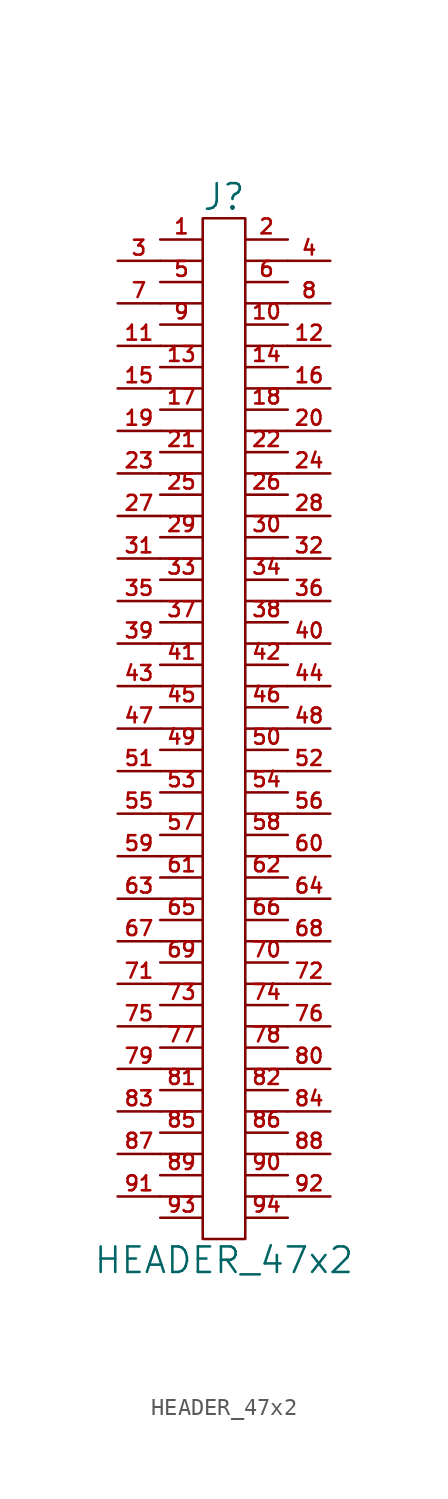
<source format=kicad_sym>
(kicad_symbol_lib
  (version 20220914)
  (generator kicad_symbol_editor)
  (symbol "HEADER_47x2"
    (pin_names
      (offset 0))
    (property "Reference" "J"
      (at 0 31.75 0)
      (effects (font (size 1.524 1.524))))
    (property "Value" "HEADER_47x2"
      (at 0 -31.75 0)
      (effects (font (size 1.524 1.524))))
    (property "Footprint" ""
      (at 0 5.08 0)
      (effects (font (size 1.524 1.524))))
    (property "Datasheet" ""
      (at 0 0 0)
      (effects (font (size 1.524 1.524))))
    (symbol "HEADER_47x2_0_1"
      (polyline (pts (xy -3.81 -27.94) (xy -1.27 -27.94)) (stroke (width 0) (type solid)) (fill (type none)))
      (polyline (pts (xy -3.81 -25.4) (xy -1.27 -25.4)) (stroke (width 0) (type solid)) (fill (type none)))
      (polyline (pts (xy -3.81 -22.86) (xy -1.27 -22.86)) (stroke (width 0) (type solid)) (fill (type none)))
      (polyline (pts (xy -3.81 -20.32) (xy -1.27 -20.32)) (stroke (width 0) (type solid)) (fill (type none)))
      (polyline (pts (xy -3.81 -17.78) (xy -1.27 -17.78)) (stroke (width 0) (type solid)) (fill (type none)))
      (polyline (pts (xy -3.81 -15.24) (xy -1.27 -15.24)) (stroke (width 0) (type solid)) (fill (type none)))
      (polyline (pts (xy -3.81 -12.7) (xy -1.27 -12.7)) (stroke (width 0) (type solid)) (fill (type none)))
      (polyline (pts (xy -3.81 -10.16) (xy -1.27 -10.16)) (stroke (width 0) (type solid)) (fill (type none)))
      (polyline (pts (xy -3.81 -7.62) (xy -1.27 -7.62)) (stroke (width 0) (type solid)) (fill (type none)))
      (polyline (pts (xy -3.81 -5.08) (xy -1.27 -5.08)) (stroke (width 0) (type solid)) (fill (type none)))
      (polyline (pts (xy -3.81 -2.54) (xy -1.27 -2.54)) (stroke (width 0) (type solid)) (fill (type none)))
      (polyline (pts (xy -3.81 0) (xy -1.27 0)) (stroke (width 0) (type solid)) (fill (type none)))
      (polyline (pts (xy -3.81 2.54) (xy -1.27 2.54)) (stroke (width 0) (type solid)) (fill (type none)))
      (polyline (pts (xy -3.81 5.08) (xy -1.27 5.08)) (stroke (width 0) (type solid)) (fill (type none)))
      (polyline (pts (xy -3.81 7.62) (xy -1.27 7.62)) (stroke (width 0) (type solid)) (fill (type none)))
      (polyline (pts (xy -3.81 10.16) (xy -1.27 10.16)) (stroke (width 0) (type solid)) (fill (type none)))
      (polyline (pts (xy -3.81 12.7) (xy -1.27 12.7)) (stroke (width 0) (type solid)) (fill (type none)))
      (polyline (pts (xy -3.81 15.24) (xy -1.27 15.24)) (stroke (width 0) (type solid)) (fill (type none)))
      (polyline (pts (xy -3.81 17.78) (xy -1.27 17.78)) (stroke (width 0) (type solid)) (fill (type none)))
      (polyline (pts (xy -3.81 20.32) (xy -1.27 20.32)) (stroke (width 0) (type solid)) (fill (type none)))
      (polyline (pts (xy -3.81 22.86) (xy -1.27 22.86)) (stroke (width 0) (type solid)) (fill (type none)))
      (polyline (pts (xy -3.81 25.4) (xy -1.27 25.4)) (stroke (width 0) (type solid)) (fill (type none)))
      (polyline (pts (xy -3.81 27.94) (xy -1.27 27.94)) (stroke (width 0) (type solid)) (fill (type none)))
      (polyline (pts (xy 1.27 -27.94) (xy 3.81 -27.94)) (stroke (width 0) (type solid)) (fill (type none)))
      (polyline (pts (xy 1.27 -25.4) (xy 3.81 -25.4)) (stroke (width 0) (type solid)) (fill (type none)))
      (polyline (pts (xy 1.27 -22.86) (xy 3.81 -22.86)) (stroke (width 0) (type solid)) (fill (type none)))
      (polyline (pts (xy 1.27 -20.32) (xy 3.81 -20.32)) (stroke (width 0) (type solid)) (fill (type none)))
      (polyline (pts (xy 1.27 -17.78) (xy 3.81 -17.78)) (stroke (width 0) (type solid)) (fill (type none)))
      (polyline (pts (xy 1.27 -15.24) (xy 3.81 -15.24)) (stroke (width 0) (type solid)) (fill (type none)))
      (polyline (pts (xy 1.27 -12.7) (xy 3.81 -12.7)) (stroke (width 0) (type solid)) (fill (type none)))
      (polyline (pts (xy 1.27 -10.16) (xy 3.81 -10.16)) (stroke (width 0) (type solid)) (fill (type none)))
      (polyline (pts (xy 1.27 -7.62) (xy 3.81 -7.62)) (stroke (width 0) (type solid)) (fill (type none)))
      (polyline (pts (xy 1.27 -5.08) (xy 3.81 -5.08)) (stroke (width 0) (type solid)) (fill (type none)))
      (polyline (pts (xy 1.27 -2.54) (xy 3.81 -2.54)) (stroke (width 0) (type solid)) (fill (type none)))
      (polyline (pts (xy 1.27 0) (xy 3.81 0)) (stroke (width 0) (type solid)) (fill (type none)))
      (polyline (pts (xy 1.27 2.54) (xy 3.81 2.54)) (stroke (width 0) (type solid)) (fill (type none)))
      (polyline (pts (xy 1.27 5.08) (xy 3.81 5.08)) (stroke (width 0) (type solid)) (fill (type none)))
      (polyline (pts (xy 1.27 7.62) (xy 3.81 7.62)) (stroke (width 0) (type solid)) (fill (type none)))
      (polyline (pts (xy 1.27 10.16) (xy 3.81 10.16)) (stroke (width 0) (type solid)) (fill (type none)))
      (polyline (pts (xy 1.27 12.7) (xy 3.81 12.7)) (stroke (width 0) (type solid)) (fill (type none)))
      (polyline (pts (xy 1.27 15.24) (xy 3.81 15.24)) (stroke (width 0) (type solid)) (fill (type none)))
      (polyline (pts (xy 1.27 17.78) (xy 3.81 17.78)) (stroke (width 0) (type solid)) (fill (type none)))
      (polyline (pts (xy 1.27 20.32) (xy 3.81 20.32)) (stroke (width 0) (type solid)) (fill (type none)))
      (polyline (pts (xy 1.27 22.86) (xy 3.81 22.86)) (stroke (width 0) (type solid)) (fill (type none)))
      (polyline (pts (xy 1.27 25.4) (xy 3.81 25.4)) (stroke (width 0) (type solid)) (fill (type none)))
      (polyline (pts (xy 1.27 27.94) (xy 3.81 27.94)) (stroke (width 0) (type solid)) (fill (type none)))
      (rectangle (start 1.27 -30.48) (end -1.27 30.48) (stroke (width 0) (type solid)) (fill (type none))))
    (symbol "HEADER_47x2_1_1"
      (pin passive line (at -3.81 29.21 0) (length 2.54) (name "~" (effects (font (size 1.27 1.27)))) (number "1" (effects (font (size 0.889 0.889)))))
      (pin passive line (at 3.81 24.13 180) (length 2.54) (name "~" (effects (font (size 1.27 1.27)))) (number "10" (effects (font (size 0.889 0.889)))))
      (pin passive line (at -6.35 22.86 0) (length 2.54) (name "~" (effects (font (size 1.27 1.27)))) (number "11" (effects (font (size 0.889 0.889)))))
      (pin passive line (at 6.35 22.86 180) (length 2.54) (name "~" (effects (font (size 1.27 1.27)))) (number "12" (effects (font (size 0.889 0.889)))))
      (pin passive line (at -3.81 21.59 0) (length 2.54) (name "~" (effects (font (size 1.27 1.27)))) (number "13" (effects (font (size 0.889 0.889)))))
      (pin passive line (at 3.81 21.59 180) (length 2.54) (name "~" (effects (font (size 1.27 1.27)))) (number "14" (effects (font (size 0.889 0.889)))))
      (pin passive line (at -6.35 20.32 0) (length 2.54) (name "~" (effects (font (size 1.27 1.27)))) (number "15" (effects (font (size 0.889 0.889)))))
      (pin passive line (at 6.35 20.32 180) (length 2.54) (name "~" (effects (font (size 1.27 1.27)))) (number "16" (effects (font (size 0.889 0.889)))))
      (pin passive line (at -3.81 19.05 0) (length 2.54) (name "~" (effects (font (size 1.27 1.27)))) (number "17" (effects (font (size 0.889 0.889)))))
      (pin passive line (at 3.81 19.05 180) (length 2.54) (name "~" (effects (font (size 1.27 1.27)))) (number "18" (effects (font (size 0.889 0.889)))))
      (pin passive line (at -6.35 17.78 0) (length 2.54) (name "~" (effects (font (size 1.27 1.27)))) (number "19" (effects (font (size 0.889 0.889)))))
      (pin passive line (at 3.81 29.21 180) (length 2.54) (name "~" (effects (font (size 1.27 1.27)))) (number "2" (effects (font (size 0.889 0.889)))))
      (pin passive line (at 6.35 17.78 180) (length 2.54) (name "~" (effects (font (size 1.27 1.27)))) (number "20" (effects (font (size 0.889 0.889)))))
      (pin passive line (at -3.81 16.51 0) (length 2.54) (name "~" (effects (font (size 1.27 1.27)))) (number "21" (effects (font (size 0.889 0.889)))))
      (pin passive line (at 3.81 16.51 180) (length 2.54) (name "~" (effects (font (size 1.27 1.27)))) (number "22" (effects (font (size 0.889 0.889)))))
      (pin passive line (at -6.35 15.24 0) (length 2.54) (name "~" (effects (font (size 1.27 1.27)))) (number "23" (effects (font (size 0.889 0.889)))))
      (pin passive line (at 6.35 15.24 180) (length 2.54) (name "~" (effects (font (size 1.27 1.27)))) (number "24" (effects (font (size 0.889 0.889)))))
      (pin passive line (at -3.81 13.97 0) (length 2.54) (name "~" (effects (font (size 1.27 1.27)))) (number "25" (effects (font (size 0.889 0.889)))))
      (pin passive line (at 3.81 13.97 180) (length 2.54) (name "~" (effects (font (size 1.27 1.27)))) (number "26" (effects (font (size 0.889 0.889)))))
      (pin passive line (at -6.35 12.7 0) (length 2.54) (name "~" (effects (font (size 1.27 1.27)))) (number "27" (effects (font (size 0.889 0.889)))))
      (pin passive line (at 6.35 12.7 180) (length 2.54) (name "~" (effects (font (size 1.27 1.27)))) (number "28" (effects (font (size 0.889 0.889)))))
      (pin passive line (at -3.81 11.43 0) (length 2.54) (name "~" (effects (font (size 1.27 1.27)))) (number "29" (effects (font (size 0.889 0.889)))))
      (pin passive line (at -6.35 27.94 0) (length 2.54) (name "~" (effects (font (size 1.27 1.27)))) (number "3" (effects (font (size 0.889 0.889)))))
      (pin passive line (at 3.81 11.43 180) (length 2.54) (name "~" (effects (font (size 1.27 1.27)))) (number "30" (effects (font (size 0.889 0.889)))))
      (pin passive line (at -6.35 10.16 0) (length 2.54) (name "~" (effects (font (size 1.27 1.27)))) (number "31" (effects (font (size 0.889 0.889)))))
      (pin passive line (at 6.35 10.16 180) (length 2.54) (name "~" (effects (font (size 1.27 1.27)))) (number "32" (effects (font (size 0.889 0.889)))))
      (pin passive line (at -3.81 8.89 0) (length 2.54) (name "~" (effects (font (size 1.27 1.27)))) (number "33" (effects (font (size 0.889 0.889)))))
      (pin passive line (at 3.81 8.89 180) (length 2.54) (name "~" (effects (font (size 1.27 1.27)))) (number "34" (effects (font (size 0.889 0.889)))))
      (pin passive line (at -6.35 7.62 0) (length 2.54) (name "~" (effects (font (size 1.27 1.27)))) (number "35" (effects (font (size 0.889 0.889)))))
      (pin passive line (at 6.35 7.62 180) (length 2.54) (name "~" (effects (font (size 1.27 1.27)))) (number "36" (effects (font (size 0.889 0.889)))))
      (pin passive line (at -3.81 6.35 0) (length 2.54) (name "~" (effects (font (size 0.889 0.889)))) (number "37" (effects (font (size 0.889 0.889)))))
      (pin passive line (at 3.81 6.35 180) (length 2.54) (name "~" (effects (font (size 1.27 1.27)))) (number "38" (effects (font (size 0.889 0.889)))))
      (pin passive line (at -6.35 5.08 0) (length 2.54) (name "~" (effects (font (size 1.27 1.27)))) (number "39" (effects (font (size 0.889 0.889)))))
      (pin passive line (at 6.35 27.94 180) (length 2.54) (name "~" (effects (font (size 1.27 1.27)))) (number "4" (effects (font (size 0.889 0.889)))))
      (pin passive line (at 6.35 5.08 180) (length 2.54) (name "~" (effects (font (size 1.27 1.27)))) (number "40" (effects (font (size 0.889 0.889)))))
      (pin passive line (at -3.81 3.81 0) (length 2.54) (name "~" (effects (font (size 1.27 1.27)))) (number "41" (effects (font (size 0.889 0.889)))))
      (pin passive line (at 3.81 3.81 180) (length 2.54) (name "~" (effects (font (size 1.27 1.27)))) (number "42" (effects (font (size 0.889 0.889)))))
      (pin passive line (at -6.35 2.54 0) (length 2.54) (name "~" (effects (font (size 1.27 1.27)))) (number "43" (effects (font (size 0.889 0.889)))))
      (pin passive line (at 6.35 2.54 180) (length 2.54) (name "~" (effects (font (size 1.27 1.27)))) (number "44" (effects (font (size 0.889 0.889)))))
      (pin passive line (at -3.81 1.27 0) (length 2.54) (name "~" (effects (font (size 1.27 1.27)))) (number "45" (effects (font (size 0.889 0.889)))))
      (pin passive line (at 3.81 1.27 180) (length 2.54) (name "~" (effects (font (size 1.27 1.27)))) (number "46" (effects (font (size 0.889 0.889)))))
      (pin passive line (at -6.35 0 0) (length 2.54) (name "~" (effects (font (size 1.27 1.27)))) (number "47" (effects (font (size 0.889 0.889)))))
      (pin passive line (at 6.35 0 180) (length 2.54) (name "~" (effects (font (size 1.27 1.27)))) (number "48" (effects (font (size 0.889 0.889)))))
      (pin passive line (at -3.81 -1.27 0) (length 2.54) (name "~" (effects (font (size 1.27 1.27)))) (number "49" (effects (font (size 0.889 0.889)))))
      (pin passive line (at -3.81 26.67 0) (length 2.54) (name "~" (effects (font (size 1.27 1.27)))) (number "5" (effects (font (size 0.889 0.889)))))
      (pin passive line (at 3.81 -1.27 180) (length 2.54) (name "~" (effects (font (size 1.27 1.27)))) (number "50" (effects (font (size 0.889 0.889)))))
      (pin passive line (at -6.35 -2.54 0) (length 2.54) (name "~" (effects (font (size 1.27 1.27)))) (number "51" (effects (font (size 0.889 0.889)))))
      (pin passive line (at 6.35 -2.54 180) (length 2.54) (name "~" (effects (font (size 1.27 1.27)))) (number "52" (effects (font (size 0.889 0.889)))))
      (pin passive line (at -3.81 -3.81 0) (length 2.54) (name "~" (effects (font (size 1.27 1.27)))) (number "53" (effects (font (size 0.889 0.889)))))
      (pin passive line (at 3.81 -3.81 180) (length 2.54) (name "~" (effects (font (size 1.27 1.27)))) (number "54" (effects (font (size 0.889 0.889)))))
      (pin passive line (at -6.35 -5.08 0) (length 2.54) (name "~" (effects (font (size 1.27 1.27)))) (number "55" (effects (font (size 0.889 0.889)))))
      (pin passive line (at 6.35 -5.08 180) (length 2.54) (name "~" (effects (font (size 1.27 1.27)))) (number "56" (effects (font (size 0.889 0.889)))))
      (pin passive line (at -3.81 -6.35 0) (length 2.54) (name "~" (effects (font (size 1.27 1.27)))) (number "57" (effects (font (size 0.889 0.889)))))
      (pin passive line (at 3.81 -6.35 180) (length 2.54) (name "~" (effects (font (size 1.27 1.27)))) (number "58" (effects (font (size 0.889 0.889)))))
      (pin passive line (at -6.35 -7.62 0) (length 2.54) (name "~" (effects (font (size 1.27 1.27)))) (number "59" (effects (font (size 0.889 0.889)))))
      (pin passive line (at 3.81 26.67 180) (length 2.54) (name "~" (effects (font (size 1.27 1.27)))) (number "6" (effects (font (size 0.889 0.889)))))
      (pin passive line (at 6.35 -7.62 180) (length 2.54) (name "~" (effects (font (size 1.27 1.27)))) (number "60" (effects (font (size 0.889 0.889)))))
      (pin passive line (at -3.81 -8.89 0) (length 2.54) (name "~" (effects (font (size 1.27 1.27)))) (number "61" (effects (font (size 0.889 0.889)))))
      (pin passive line (at 3.81 -8.89 180) (length 2.54) (name "~" (effects (font (size 1.27 1.27)))) (number "62" (effects (font (size 0.889 0.889)))))
      (pin passive line (at -6.35 -10.16 0) (length 2.54) (name "~" (effects (font (size 1.27 1.27)))) (number "63" (effects (font (size 0.889 0.889)))))
      (pin passive line (at 6.35 -10.16 180) (length 2.54) (name "~" (effects (font (size 1.27 1.27)))) (number "64" (effects (font (size 0.889 0.889)))))
      (pin passive line (at -3.81 -11.43 0) (length 2.54) (name "~" (effects (font (size 1.27 1.27)))) (number "65" (effects (font (size 0.889 0.889)))))
      (pin passive line (at 3.81 -11.43 180) (length 2.54) (name "~" (effects (font (size 1.27 1.27)))) (number "66" (effects (font (size 0.889 0.889)))))
      (pin passive line (at -6.35 -12.7 0) (length 2.54) (name "~" (effects (font (size 1.27 1.27)))) (number "67" (effects (font (size 0.889 0.889)))))
      (pin passive line (at 6.35 -12.7 180) (length 2.54) (name "~" (effects (font (size 1.27 1.27)))) (number "68" (effects (font (size 0.889 0.889)))))
      (pin passive line (at -3.81 -13.97 0) (length 2.54) (name "~" (effects (font (size 1.27 1.27)))) (number "69" (effects (font (size 0.889 0.889)))))
      (pin passive line (at -6.35 25.4 0) (length 2.54) (name "~" (effects (font (size 1.27 1.27)))) (number "7" (effects (font (size 0.889 0.889)))))
      (pin passive line (at 3.81 -13.97 180) (length 2.54) (name "~" (effects (font (size 1.27 1.27)))) (number "70" (effects (font (size 0.889 0.889)))))
      (pin passive line (at -6.35 -15.24 0) (length 2.54) (name "~" (effects (font (size 1.27 1.27)))) (number "71" (effects (font (size 0.889 0.889)))))
      (pin passive line (at 6.35 -15.24 180) (length 2.54) (name "~" (effects (font (size 1.27 1.27)))) (number "72" (effects (font (size 0.889 0.889)))))
      (pin passive line (at -3.81 -16.51 0) (length 2.54) (name "~" (effects (font (size 1.27 1.27)))) (number "73" (effects (font (size 0.889 0.889)))))
      (pin passive line (at 3.81 -16.51 180) (length 2.54) (name "~" (effects (font (size 1.27 1.27)))) (number "74" (effects (font (size 0.889 0.889)))))
      (pin passive line (at -6.35 -17.78 0) (length 2.54) (name "~" (effects (font (size 1.27 1.27)))) (number "75" (effects (font (size 0.889 0.889)))))
      (pin passive line (at 6.35 -17.78 180) (length 2.54) (name "~" (effects (font (size 1.27 1.27)))) (number "76" (effects (font (size 0.889 0.889)))))
      (pin passive line (at -3.81 -19.05 0) (length 2.54) (name "~" (effects (font (size 1.27 1.27)))) (number "77" (effects (font (size 0.889 0.889)))))
      (pin passive line (at 3.81 -19.05 180) (length 2.54) (name "~" (effects (font (size 1.27 1.27)))) (number "78" (effects (font (size 0.889 0.889)))))
      (pin passive line (at -6.35 -20.32 0) (length 2.54) (name "~" (effects (font (size 1.27 1.27)))) (number "79" (effects (font (size 0.889 0.889)))))
      (pin passive line (at 6.35 25.4 180) (length 2.54) (name "~" (effects (font (size 1.27 1.27)))) (number "8" (effects (font (size 0.889 0.889)))))
      (pin passive line (at 6.35 -20.32 180) (length 2.54) (name "~" (effects (font (size 1.27 1.27)))) (number "80" (effects (font (size 0.889 0.889)))))
      (pin passive line (at -3.81 -21.59 0) (length 2.54) (name "~" (effects (font (size 1.27 1.27)))) (number "81" (effects (font (size 0.889 0.889)))))
      (pin passive line (at 3.81 -21.59 180) (length 2.54) (name "~" (effects (font (size 1.27 1.27)))) (number "82" (effects (font (size 0.889 0.889)))))
      (pin passive line (at -6.35 -22.86 0) (length 2.54) (name "~" (effects (font (size 1.27 1.27)))) (number "83" (effects (font (size 0.889 0.889)))))
      (pin passive line (at 6.35 -22.86 180) (length 2.54) (name "~" (effects (font (size 1.27 1.27)))) (number "84" (effects (font (size 0.889 0.889)))))
      (pin passive line (at -3.81 -24.13 0) (length 2.54) (name "~" (effects (font (size 1.27 1.27)))) (number "85" (effects (font (size 0.889 0.889)))))
      (pin passive line (at 3.81 -24.13 180) (length 2.54) (name "~" (effects (font (size 1.27 1.27)))) (number "86" (effects (font (size 0.889 0.889)))))
      (pin passive line (at -6.35 -25.4 0) (length 2.54) (name "~" (effects (font (size 1.27 1.27)))) (number "87" (effects (font (size 0.889 0.889)))))
      (pin passive line (at 6.35 -25.4 180) (length 2.54) (name "~" (effects (font (size 1.27 1.27)))) (number "88" (effects (font (size 0.889 0.889)))))
      (pin passive line (at -3.81 -26.67 0) (length 2.54) (name "~" (effects (font (size 1.27 1.27)))) (number "89" (effects (font (size 0.889 0.889)))))
      (pin passive line (at -3.81 24.13 0) (length 2.54) (name "~" (effects (font (size 1.27 1.27)))) (number "9" (effects (font (size 0.889 0.889)))))
      (pin passive line (at 3.81 -26.67 180) (length 2.54) (name "~" (effects (font (size 1.27 1.27)))) (number "90" (effects (font (size 0.889 0.889)))))
      (pin passive line (at -6.35 -27.94 0) (length 2.54) (name "~" (effects (font (size 1.27 1.27)))) (number "91" (effects (font (size 0.889 0.889)))))
      (pin passive line (at 6.35 -27.94 180) (length 2.54) (name "~" (effects (font (size 1.27 1.27)))) (number "92" (effects (font (size 0.889 0.889)))))
      (pin passive line (at -3.81 -29.21 0) (length 2.54) (name "~" (effects (font (size 1.27 1.27)))) (number "93" (effects (font (size 0.889 0.889)))))
      (pin passive line (at 3.81 -29.21 180) (length 2.54) (name "~" (effects (font (size 1.27 1.27)))) (number "94" (effects (font (size 0.889 0.889))))))))
</source>
